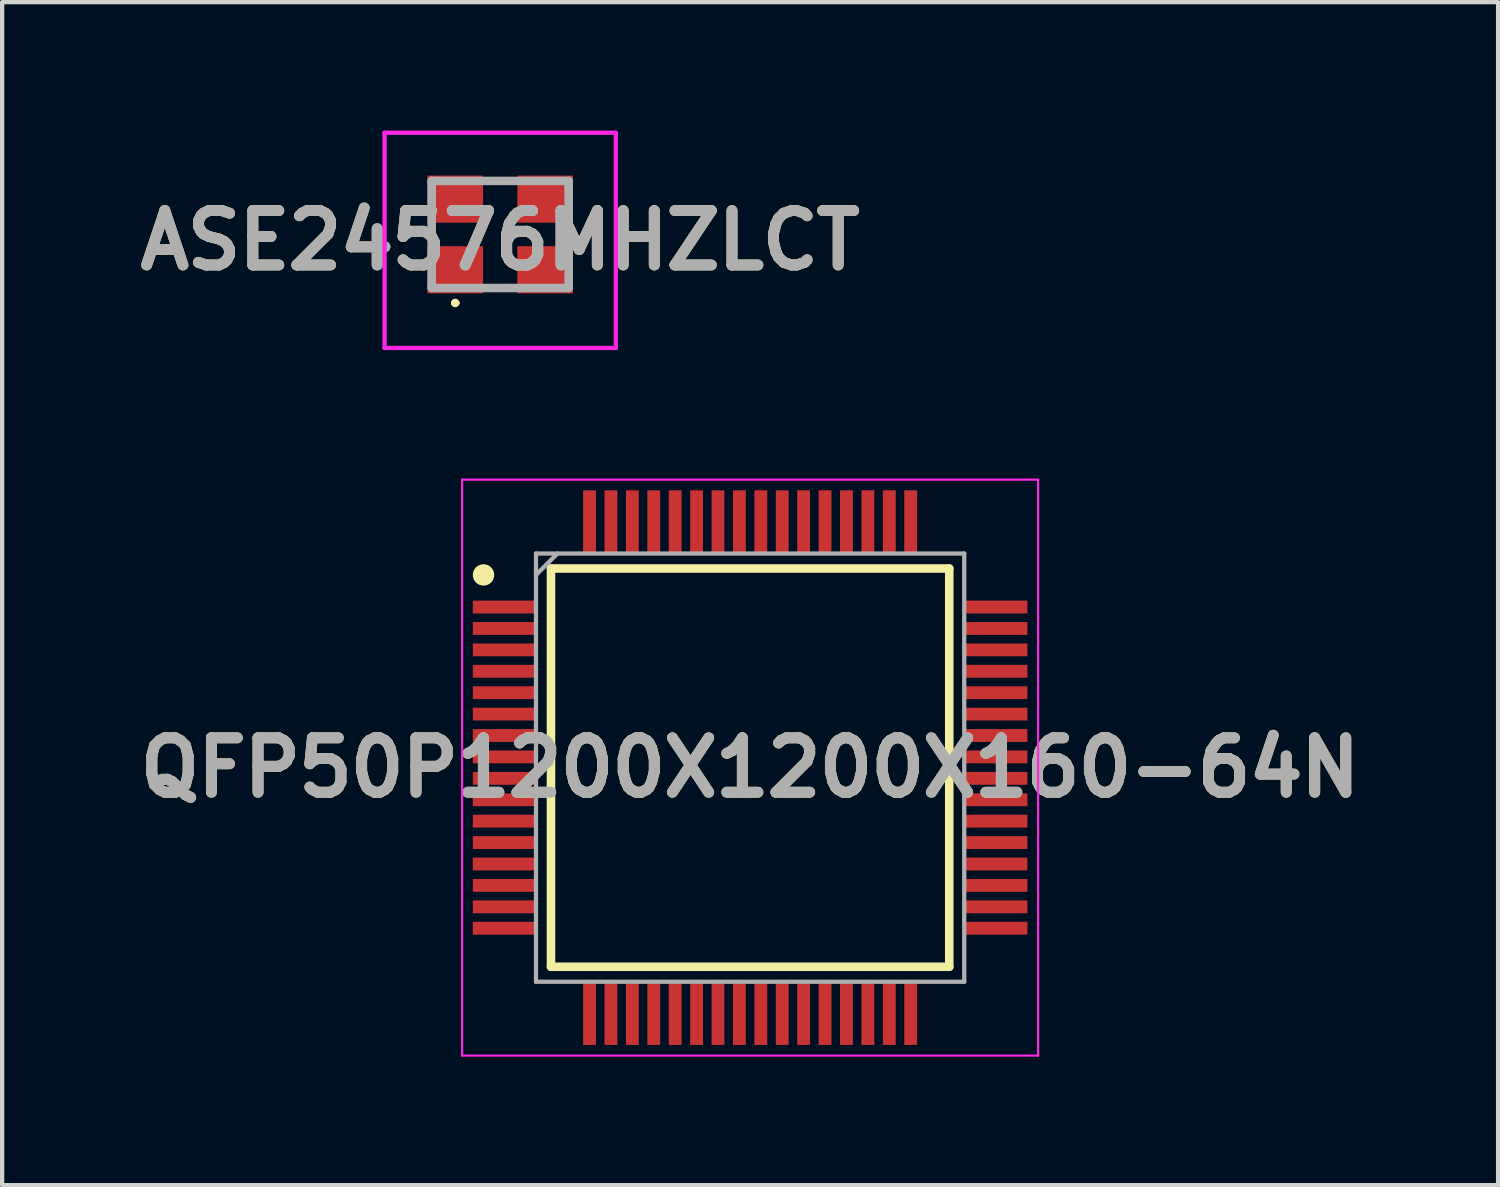
<source format=kicad_pcb>
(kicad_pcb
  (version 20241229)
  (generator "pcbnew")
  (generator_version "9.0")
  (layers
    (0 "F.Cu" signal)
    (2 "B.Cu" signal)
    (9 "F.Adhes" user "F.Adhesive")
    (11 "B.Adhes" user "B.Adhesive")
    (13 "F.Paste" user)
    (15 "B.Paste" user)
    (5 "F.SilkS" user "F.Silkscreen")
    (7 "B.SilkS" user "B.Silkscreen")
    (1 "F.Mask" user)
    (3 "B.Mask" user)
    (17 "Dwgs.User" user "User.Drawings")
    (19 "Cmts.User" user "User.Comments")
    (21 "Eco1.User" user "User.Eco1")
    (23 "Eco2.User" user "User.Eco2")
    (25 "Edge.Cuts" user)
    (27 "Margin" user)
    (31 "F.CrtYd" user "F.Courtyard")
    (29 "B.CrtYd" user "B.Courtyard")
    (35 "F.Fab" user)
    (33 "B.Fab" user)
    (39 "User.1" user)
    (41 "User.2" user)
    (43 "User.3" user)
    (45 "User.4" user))
  (footprint "QFP50P1200X1200X160-64N"
    (layer "F.Cu")
    (at 14.466 14.875)
    (property "Reference" "QFP50P1200X1200X160-64N" (at 0 0 0) (layer "F.SilkS") (effects (font (size 1.27 1.27) (thickness 0.254))))
    (attr smd)
    (fp_line (start -4.65 -4.65) (end 4.65 -4.65) (stroke (width 0.2) (type solid)) (layer "F.SilkS"))
    (fp_line (start -4.65 4.65) (end -4.65 -4.65) (stroke (width 0.2) (type solid)) (layer "F.SilkS"))
    (fp_line (start 4.65 -4.65) (end 4.65 4.65) (stroke (width 0.2) (type solid)) (layer "F.SilkS"))
    (fp_line (start 4.65 4.65) (end -4.65 4.65) (stroke (width 0.2) (type solid)) (layer "F.SilkS"))
    (fp_circle (center -6.225 -4.5) (end -6.225 -4.375) (stroke (width 0.25) (type solid)) (fill no) (layer "F.SilkS"))
    (fp_line (start -6.725 -6.725) (end 6.725 -6.725) (stroke (width 0.05) (type solid)) (layer "F.CrtYd"))
    (fp_line (start -6.725 6.725) (end -6.725 -6.725) (stroke (width 0.05) (type solid)) (layer "F.CrtYd"))
    (fp_line (start 6.725 -6.725) (end 6.725 6.725) (stroke (width 0.05) (type solid)) (layer "F.CrtYd"))
    (fp_line (start 6.725 6.725) (end -6.725 6.725) (stroke (width 0.05) (type solid)) (layer "F.CrtYd"))
    (fp_line (start -5 -5) (end 5 -5) (stroke (width 0.1) (type solid)) (layer "F.Fab"))
    (fp_line (start -5 -4.5) (end -4.5 -5) (stroke (width 0.1) (type solid)) (layer "F.Fab"))
    (fp_line (start -5 5) (end -5 -5) (stroke (width 0.1) (type solid)) (layer "F.Fab"))
    (fp_line (start 5 -5) (end 5 5) (stroke (width 0.1) (type solid)) (layer "F.Fab"))
    (fp_line (start 5 5) (end -5 5) (stroke (width 0.1) (type solid)) (layer "F.Fab"))
    (fp_text user "${REFERENCE}" (at 0 0 0) (layer "F.Fab") (effects (font (size 1.27 1.27) (thickness 0.254))))
    (pad "1" smd rect (at -5.738 -3.75 90) (size 0.3 1.475) (layers "F.Cu" "F.Mask" "F.Paste"))
    (pad "2" smd rect (at -5.738 -3.25 90) (size 0.3 1.475) (layers "F.Cu" "F.Mask" "F.Paste"))
    (pad "3" smd rect (at -5.738 -2.75 90) (size 0.3 1.475) (layers "F.Cu" "F.Mask" "F.Paste"))
    (pad "4" smd rect (at -5.738 -2.25 90) (size 0.3 1.475) (layers "F.Cu" "F.Mask" "F.Paste"))
    (pad "5" smd rect (at -5.738 -1.75 90) (size 0.3 1.475) (layers "F.Cu" "F.Mask" "F.Paste"))
    (pad "6" smd rect (at -5.738 -1.25 90) (size 0.3 1.475) (layers "F.Cu" "F.Mask" "F.Paste"))
    (pad "7" smd rect (at -5.738 -0.75 90) (size 0.3 1.475) (layers "F.Cu" "F.Mask" "F.Paste"))
    (pad "8" smd rect (at -5.738 -0.25 90) (size 0.3 1.475) (layers "F.Cu" "F.Mask" "F.Paste"))
    (pad "9" smd rect (at -5.738 0.25 90) (size 0.3 1.475) (layers "F.Cu" "F.Mask" "F.Paste"))
    (pad "10" smd rect (at -5.738 0.75 90) (size 0.3 1.475) (layers "F.Cu" "F.Mask" "F.Paste"))
    (pad "11" smd rect (at -5.738 1.25 90) (size 0.3 1.475) (layers "F.Cu" "F.Mask" "F.Paste"))
    (pad "12" smd rect (at -5.738 1.75 90) (size 0.3 1.475) (layers "F.Cu" "F.Mask" "F.Paste"))
    (pad "13" smd rect (at -5.738 2.25 90) (size 0.3 1.475) (layers "F.Cu" "F.Mask" "F.Paste"))
    (pad "14" smd rect (at -5.738 2.75 90) (size 0.3 1.475) (layers "F.Cu" "F.Mask" "F.Paste"))
    (pad "15" smd rect (at -5.738 3.25 90) (size 0.3 1.475) (layers "F.Cu" "F.Mask" "F.Paste"))
    (pad "16" smd rect (at -5.738 3.75 90) (size 0.3 1.475) (layers "F.Cu" "F.Mask" "F.Paste"))
    (pad "17" smd rect (at -3.75 5.738) (size 0.3 1.475) (layers "F.Cu" "F.Mask" "F.Paste"))
    (pad "18" smd rect (at -3.25 5.738) (size 0.3 1.475) (layers "F.Cu" "F.Mask" "F.Paste"))
    (pad "19" smd rect (at -2.75 5.738) (size 0.3 1.475) (layers "F.Cu" "F.Mask" "F.Paste"))
    (pad "20" smd rect (at -2.25 5.738) (size 0.3 1.475) (layers "F.Cu" "F.Mask" "F.Paste"))
    (pad "21" smd rect (at -1.75 5.738) (size 0.3 1.475) (layers "F.Cu" "F.Mask" "F.Paste"))
    (pad "22" smd rect (at -1.25 5.738) (size 0.3 1.475) (layers "F.Cu" "F.Mask" "F.Paste"))
    (pad "23" smd rect (at -0.75 5.738) (size 0.3 1.475) (layers "F.Cu" "F.Mask" "F.Paste"))
    (pad "24" smd rect (at -0.25 5.738) (size 0.3 1.475) (layers "F.Cu" "F.Mask" "F.Paste"))
    (pad "25" smd rect (at 0.25 5.738) (size 0.3 1.475) (layers "F.Cu" "F.Mask" "F.Paste"))
    (pad "26" smd rect (at 0.75 5.738) (size 0.3 1.475) (layers "F.Cu" "F.Mask" "F.Paste"))
    (pad "27" smd rect (at 1.25 5.738) (size 0.3 1.475) (layers "F.Cu" "F.Mask" "F.Paste"))
    (pad "28" smd rect (at 1.75 5.738) (size 0.3 1.475) (layers "F.Cu" "F.Mask" "F.Paste"))
    (pad "29" smd rect (at 2.25 5.738) (size 0.3 1.475) (layers "F.Cu" "F.Mask" "F.Paste"))
    (pad "30" smd rect (at 2.75 5.738) (size 0.3 1.475) (layers "F.Cu" "F.Mask" "F.Paste"))
    (pad "31" smd rect (at 3.25 5.738) (size 0.3 1.475) (layers "F.Cu" "F.Mask" "F.Paste"))
    (pad "32" smd rect (at 3.75 5.738) (size 0.3 1.475) (layers "F.Cu" "F.Mask" "F.Paste"))
    (pad "33" smd rect (at 5.738 3.75 90) (size 0.3 1.475) (layers "F.Cu" "F.Mask" "F.Paste"))
    (pad "34" smd rect (at 5.738 3.25 90) (size 0.3 1.475) (layers "F.Cu" "F.Mask" "F.Paste"))
    (pad "35" smd rect (at 5.738 2.75 90) (size 0.3 1.475) (layers "F.Cu" "F.Mask" "F.Paste"))
    (pad "36" smd rect (at 5.738 2.25 90) (size 0.3 1.475) (layers "F.Cu" "F.Mask" "F.Paste"))
    (pad "37" smd rect (at 5.738 1.75 90) (size 0.3 1.475) (layers "F.Cu" "F.Mask" "F.Paste"))
    (pad "38" smd rect (at 5.738 1.25 90) (size 0.3 1.475) (layers "F.Cu" "F.Mask" "F.Paste"))
    (pad "39" smd rect (at 5.738 0.75 90) (size 0.3 1.475) (layers "F.Cu" "F.Mask" "F.Paste"))
    (pad "40" smd rect (at 5.738 0.25 90) (size 0.3 1.475) (layers "F.Cu" "F.Mask" "F.Paste"))
    (pad "41" smd rect (at 5.738 -0.25 90) (size 0.3 1.475) (layers "F.Cu" "F.Mask" "F.Paste"))
    (pad "42" smd rect (at 5.738 -0.75 90) (size 0.3 1.475) (layers "F.Cu" "F.Mask" "F.Paste"))
    (pad "43" smd rect (at 5.738 -1.25 90) (size 0.3 1.475) (layers "F.Cu" "F.Mask" "F.Paste"))
    (pad "44" smd rect (at 5.738 -1.75 90) (size 0.3 1.475) (layers "F.Cu" "F.Mask" "F.Paste"))
    (pad "45" smd rect (at 5.738 -2.25 90) (size 0.3 1.475) (layers "F.Cu" "F.Mask" "F.Paste"))
    (pad "46" smd rect (at 5.738 -2.75 90) (size 0.3 1.475) (layers "F.Cu" "F.Mask" "F.Paste"))
    (pad "47" smd rect (at 5.738 -3.25 90) (size 0.3 1.475) (layers "F.Cu" "F.Mask" "F.Paste"))
    (pad "48" smd rect (at 5.738 -3.75 90) (size 0.3 1.475) (layers "F.Cu" "F.Mask" "F.Paste"))
    (pad "49" smd rect (at 3.75 -5.738) (size 0.3 1.475) (layers "F.Cu" "F.Mask" "F.Paste"))
    (pad "50" smd rect (at 3.25 -5.738) (size 0.3 1.475) (layers "F.Cu" "F.Mask" "F.Paste"))
    (pad "51" smd rect (at 2.75 -5.738) (size 0.3 1.475) (layers "F.Cu" "F.Mask" "F.Paste"))
    (pad "52" smd rect (at 2.25 -5.738) (size 0.3 1.475) (layers "F.Cu" "F.Mask" "F.Paste"))
    (pad "53" smd rect (at 1.75 -5.738) (size 0.3 1.475) (layers "F.Cu" "F.Mask" "F.Paste"))
    (pad "54" smd rect (at 1.25 -5.738) (size 0.3 1.475) (layers "F.Cu" "F.Mask" "F.Paste"))
    (pad "55" smd rect (at 0.75 -5.738) (size 0.3 1.475) (layers "F.Cu" "F.Mask" "F.Paste"))
    (pad "56" smd rect (at 0.25 -5.738) (size 0.3 1.475) (layers "F.Cu" "F.Mask" "F.Paste"))
    (pad "57" smd rect (at -0.25 -5.738) (size 0.3 1.475) (layers "F.Cu" "F.Mask" "F.Paste"))
    (pad "58" smd rect (at -0.75 -5.738) (size 0.3 1.475) (layers "F.Cu" "F.Mask" "F.Paste"))
    (pad "59" smd rect (at -1.25 -5.738) (size 0.3 1.475) (layers "F.Cu" "F.Mask" "F.Paste"))
    (pad "60" smd rect (at -1.75 -5.738) (size 0.3 1.475) (layers "F.Cu" "F.Mask" "F.Paste"))
    (pad "61" smd rect (at -2.25 -5.738) (size 0.3 1.475) (layers "F.Cu" "F.Mask" "F.Paste"))
    (pad "62" smd rect (at -2.75 -5.738) (size 0.3 1.475) (layers "F.Cu" "F.Mask" "F.Paste"))
    (pad "63" smd rect (at -3.25 -5.738) (size 0.3 1.475) (layers "F.Cu" "F.Mask" "F.Paste"))
    (pad "64" smd rect (at -3.75 -5.738) (size 0.3 1.475) (layers "F.Cu" "F.Mask" "F.Paste")))
  (footprint "ASE24576MHZLCT"
    (layer "F.Cu")
    (at 8.63 2.425)
    (property "Reference" "ASE24576MHZLCT" (at 0 0.138 0) (layer "F.SilkS") (effects (font (size 1.27 1.27) (thickness 0.254))))
    (attr smd)
    (fp_line (start -1.6 -0.1) (end -1.6 0.1) (stroke (width 0.1) (type solid)) (layer "F.SilkS"))
    (fp_line (start -1.1 1.6) (end -1.1 1.6) (stroke (width 0.1) (type solid)) (layer "F.SilkS"))
    (fp_line (start -1 1.6) (end -1 1.6) (stroke (width 0.1) (type solid)) (layer "F.SilkS"))
    (fp_line (start -0.2 -1.25) (end 0.2 -1.25) (stroke (width 0.1) (type solid)) (layer "F.SilkS"))
    (fp_line (start -0.2 1.25) (end 0.2 1.25) (stroke (width 0.1) (type solid)) (layer "F.SilkS"))
    (fp_line (start 1.6 -0.1) (end 1.6 0.1) (stroke (width 0.1) (type solid)) (layer "F.SilkS"))
    (fp_arc (start -1.1 1.6) (mid -1.05 1.55) (end -1 1.6) (stroke (width 0.1) (type solid)) (layer "F.SilkS"))
    (fp_arc (start -1 1.6) (mid -1.05 1.65) (end -1.1 1.6) (stroke (width 0.1) (type solid)) (layer "F.SilkS"))
    (fp_line (start -2.7 -2.375) (end 2.7 -2.375) (stroke (width 0.1) (type solid)) (layer "F.CrtYd"))
    (fp_line (start -2.7 2.65) (end -2.7 -2.375) (stroke (width 0.1) (type solid)) (layer "F.CrtYd"))
    (fp_line (start 2.7 -2.375) (end 2.7 2.65) (stroke (width 0.1) (type solid)) (layer "F.CrtYd"))
    (fp_line (start 2.7 2.65) (end -2.7 2.65) (stroke (width 0.1) (type solid)) (layer "F.CrtYd"))
    (fp_line (start -1.6 -1.25) (end 1.6 -1.25) (stroke (width 0.2) (type solid)) (layer "F.Fab"))
    (fp_line (start -1.6 1.25) (end -1.6 -1.25) (stroke (width 0.2) (type solid)) (layer "F.Fab"))
    (fp_line (start 1.6 -1.25) (end 1.6 1.25) (stroke (width 0.2) (type solid)) (layer "F.Fab"))
    (fp_line (start 1.6 1.25) (end -1.6 1.25) (stroke (width 0.2) (type solid)) (layer "F.Fab"))
    (fp_text user "${REFERENCE}" (at 0 0.138 0) (layer "F.Fab") (effects (font (size 1.27 1.27) (thickness 0.254))))
    (pad "1" smd rect (at -1.05 0.825 90) (size 1.1 1.3) (layers "F.Cu" "F.Mask" "F.Paste"))
    (pad "2" smd rect (at 1.05 0.825 90) (size 1.1 1.3) (layers "F.Cu" "F.Mask" "F.Paste"))
    (pad "3" smd rect (at 1.05 -0.825 90) (size 1.1 1.3) (layers "F.Cu" "F.Mask" "F.Paste"))
    (pad "4" smd rect (at -1.05 -0.825 90) (size 1.1 1.3) (layers "F.Cu" "F.Mask" "F.Paste")))
  (gr_rect
    (start -3 -3)
    (end 31.932 24.625)
    (stroke (width 0.1) (type default))
    (fill no)
    (layer "Edge.Cuts")))
</source>
